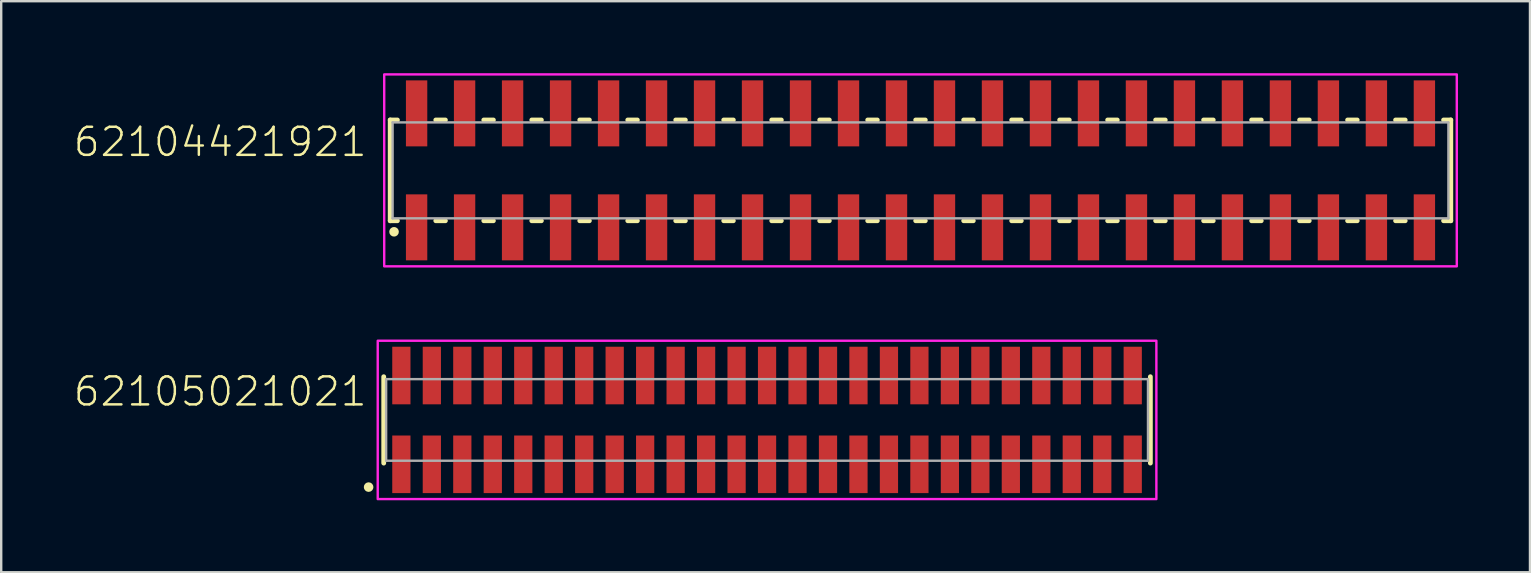
<source format=kicad_pcb>
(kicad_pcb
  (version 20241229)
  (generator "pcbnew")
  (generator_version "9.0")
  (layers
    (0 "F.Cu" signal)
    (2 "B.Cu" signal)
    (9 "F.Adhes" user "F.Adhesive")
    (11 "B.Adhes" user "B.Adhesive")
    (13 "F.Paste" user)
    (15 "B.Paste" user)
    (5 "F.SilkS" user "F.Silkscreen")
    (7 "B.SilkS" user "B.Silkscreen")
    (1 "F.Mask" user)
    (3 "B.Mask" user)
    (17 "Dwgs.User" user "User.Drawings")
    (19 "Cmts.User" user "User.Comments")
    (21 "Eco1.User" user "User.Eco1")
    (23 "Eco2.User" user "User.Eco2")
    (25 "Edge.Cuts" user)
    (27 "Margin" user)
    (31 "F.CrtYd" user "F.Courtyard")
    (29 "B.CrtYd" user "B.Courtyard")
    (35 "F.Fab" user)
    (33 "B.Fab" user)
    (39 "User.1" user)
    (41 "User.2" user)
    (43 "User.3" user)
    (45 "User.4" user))
  (footprint "62104421921"
    (layer "F.Cu")
    (at 35.312 4.05)
    (property "Reference" "62104421921" (at -23 -0.5 0) (unlocked yes) (layer "F.SilkS") (effects (font (size 1.168 1.168) (thickness 0.102)) (justify right bottom)))
    (fp_line (start -22.1 -2.1) (end -22.1 2.1) (stroke (width 0.2) (type solid)) (layer "F.SilkS"))
    (fp_line (start -22.1 2.1) (end -21.8 2.1) (stroke (width 0.2) (type solid)) (layer "F.SilkS"))
    (fp_line (start -21.8 -2.1) (end -22.1 -2.1) (stroke (width 0.2) (type solid)) (layer "F.SilkS"))
    (fp_line (start -20.2 -2.1) (end -19.8 -2.1) (stroke (width 0.2) (type solid)) (layer "F.SilkS"))
    (fp_line (start -19.8 2.1) (end -20.2 2.1) (stroke (width 0.2) (type solid)) (layer "F.SilkS"))
    (fp_line (start -18.2 -2.1) (end -17.8 -2.1) (stroke (width 0.2) (type solid)) (layer "F.SilkS"))
    (fp_line (start -17.8 2.1) (end -18.2 2.1) (stroke (width 0.2) (type solid)) (layer "F.SilkS"))
    (fp_line (start -16.2 -2.1) (end -15.8 -2.1) (stroke (width 0.2) (type solid)) (layer "F.SilkS"))
    (fp_line (start -15.8 2.1) (end -16.2 2.1) (stroke (width 0.2) (type solid)) (layer "F.SilkS"))
    (fp_line (start -14.2 -2.1) (end -13.8 -2.1) (stroke (width 0.2) (type solid)) (layer "F.SilkS"))
    (fp_line (start -13.8 2.1) (end -14.2 2.1) (stroke (width 0.2) (type solid)) (layer "F.SilkS"))
    (fp_line (start -12.2 -2.1) (end -11.8 -2.1) (stroke (width 0.2) (type solid)) (layer "F.SilkS"))
    (fp_line (start -11.8 2.1) (end -12.2 2.1) (stroke (width 0.2) (type solid)) (layer "F.SilkS"))
    (fp_line (start -10.2 -2.1) (end -9.8 -2.1) (stroke (width 0.2) (type solid)) (layer "F.SilkS"))
    (fp_line (start -9.8 2.1) (end -10.2 2.1) (stroke (width 0.2) (type solid)) (layer "F.SilkS"))
    (fp_line (start -8.2 -2.1) (end -7.8 -2.1) (stroke (width 0.2) (type solid)) (layer "F.SilkS"))
    (fp_line (start -7.8 2.1) (end -8.2 2.1) (stroke (width 0.2) (type solid)) (layer "F.SilkS"))
    (fp_line (start -6.2 -2.1) (end -5.8 -2.1) (stroke (width 0.2) (type solid)) (layer "F.SilkS"))
    (fp_line (start -5.8 2.1) (end -6.2 2.1) (stroke (width 0.2) (type solid)) (layer "F.SilkS"))
    (fp_line (start -4.2 -2.1) (end -3.8 -2.1) (stroke (width 0.2) (type solid)) (layer "F.SilkS"))
    (fp_line (start -3.8 2.1) (end -4.2 2.1) (stroke (width 0.2) (type solid)) (layer "F.SilkS"))
    (fp_line (start -2.2 -2.1) (end -1.8 -2.1) (stroke (width 0.2) (type solid)) (layer "F.SilkS"))
    (fp_line (start -1.8 2.1) (end -2.2 2.1) (stroke (width 0.2) (type solid)) (layer "F.SilkS"))
    (fp_line (start -0.2 -2.1) (end 0.2 -2.1) (stroke (width 0.2) (type solid)) (layer "F.SilkS"))
    (fp_line (start 0.2 2.1) (end -0.2 2.1) (stroke (width 0.2) (type solid)) (layer "F.SilkS"))
    (fp_line (start 1.8 -2.1) (end 2.2 -2.1) (stroke (width 0.2) (type solid)) (layer "F.SilkS"))
    (fp_line (start 2.2 2.1) (end 1.8 2.1) (stroke (width 0.2) (type solid)) (layer "F.SilkS"))
    (fp_line (start 3.8 -2.1) (end 4.2 -2.1) (stroke (width 0.2) (type solid)) (layer "F.SilkS"))
    (fp_line (start 4.2 2.1) (end 3.8 2.1) (stroke (width 0.2) (type solid)) (layer "F.SilkS"))
    (fp_line (start 5.8 -2.1) (end 6.2 -2.1) (stroke (width 0.2) (type solid)) (layer "F.SilkS"))
    (fp_line (start 6.2 2.1) (end 5.8 2.1) (stroke (width 0.2) (type solid)) (layer "F.SilkS"))
    (fp_line (start 7.8 -2.1) (end 8.2 -2.1) (stroke (width 0.2) (type solid)) (layer "F.SilkS"))
    (fp_line (start 8.2 2.1) (end 7.8 2.1) (stroke (width 0.2) (type solid)) (layer "F.SilkS"))
    (fp_line (start 9.8 -2.1) (end 10.2 -2.1) (stroke (width 0.2) (type solid)) (layer "F.SilkS"))
    (fp_line (start 10.2 2.1) (end 9.8 2.1) (stroke (width 0.2) (type solid)) (layer "F.SilkS"))
    (fp_line (start 11.8 -2.1) (end 12.2 -2.1) (stroke (width 0.2) (type solid)) (layer "F.SilkS"))
    (fp_line (start 12.2 2.1) (end 11.8 2.1) (stroke (width 0.2) (type solid)) (layer "F.SilkS"))
    (fp_line (start 13.8 -2.1) (end 14.2 -2.1) (stroke (width 0.2) (type solid)) (layer "F.SilkS"))
    (fp_line (start 14.2 2.1) (end 13.8 2.1) (stroke (width 0.2) (type solid)) (layer "F.SilkS"))
    (fp_line (start 15.8 -2.1) (end 16.2 -2.1) (stroke (width 0.2) (type solid)) (layer "F.SilkS"))
    (fp_line (start 16.2 2.1) (end 15.8 2.1) (stroke (width 0.2) (type solid)) (layer "F.SilkS"))
    (fp_line (start 17.8 -2.1) (end 18.2 -2.1) (stroke (width 0.2) (type solid)) (layer "F.SilkS"))
    (fp_line (start 18.2 2.1) (end 17.8 2.1) (stroke (width 0.2) (type solid)) (layer "F.SilkS"))
    (fp_line (start 19.8 -2.1) (end 20.2 -2.1) (stroke (width 0.2) (type solid)) (layer "F.SilkS"))
    (fp_line (start 20.2 2.1) (end 19.8 2.1) (stroke (width 0.2) (type solid)) (layer "F.SilkS"))
    (fp_line (start 21.8 -2.1) (end 22.1 -2.1) (stroke (width 0.2) (type solid)) (layer "F.SilkS"))
    (fp_line (start 22.1 -2.1) (end 22.1 2.1) (stroke (width 0.2) (type solid)) (layer "F.SilkS"))
    (fp_line (start 22.1 2.1) (end 21.8 2.1) (stroke (width 0.2) (type solid)) (layer "F.SilkS"))
    (fp_circle (center -21.94 2.56) (end -21.84 2.56) (stroke (width 0.2) (type solid)) (fill no) (layer "F.SilkS"))
    (fp_poly (pts (xy 22.35 4) (xy -22.35 4) (xy -22.35 -4) (xy 22.35 -4)) (stroke (width 0.1) (type default)) (fill no) (layer "F.CrtYd"))
    (fp_line (start -22 -2) (end 22 -2) (stroke (width 0.1) (type solid)) (layer "F.Fab"))
    (fp_line (start -22 2) (end -22 -2) (stroke (width 0.1) (type solid)) (layer "F.Fab"))
    (fp_line (start 22 -2) (end 22 2) (stroke (width 0.1) (type solid)) (layer "F.Fab"))
    (fp_line (start 22 2) (end -22 2) (stroke (width 0.1) (type solid)) (layer "F.Fab"))
    (pad "1" smd rect (at -21 2.375) (size 0.89 2.75) (layers "F.Cu" "F.Mask" "F.Paste"))
    (pad "2" smd rect (at -21 -2.375) (size 0.89 2.75) (layers "F.Cu" "F.Mask" "F.Paste"))
    (pad "3" smd rect (at -19 2.375) (size 0.89 2.75) (layers "F.Cu" "F.Mask" "F.Paste"))
    (pad "4" smd rect (at -19 -2.375) (size 0.89 2.75) (layers "F.Cu" "F.Mask" "F.Paste"))
    (pad "5" smd rect (at -17 2.375) (size 0.89 2.75) (layers "F.Cu" "F.Mask" "F.Paste"))
    (pad "6" smd rect (at -17 -2.375) (size 0.89 2.75) (layers "F.Cu" "F.Mask" "F.Paste"))
    (pad "7" smd rect (at -15 2.375) (size 0.89 2.75) (layers "F.Cu" "F.Mask" "F.Paste"))
    (pad "8" smd rect (at -15 -2.375) (size 0.89 2.75) (layers "F.Cu" "F.Mask" "F.Paste"))
    (pad "9" smd rect (at -13 2.375) (size 0.89 2.75) (layers "F.Cu" "F.Mask" "F.Paste"))
    (pad "10" smd rect (at -13 -2.375) (size 0.89 2.75) (layers "F.Cu" "F.Mask" "F.Paste"))
    (pad "11" smd rect (at -11 2.375) (size 0.89 2.75) (layers "F.Cu" "F.Mask" "F.Paste"))
    (pad "12" smd rect (at -11 -2.375) (size 0.89 2.75) (layers "F.Cu" "F.Mask" "F.Paste"))
    (pad "13" smd rect (at -9 2.375) (size 0.89 2.75) (layers "F.Cu" "F.Mask" "F.Paste"))
    (pad "14" smd rect (at -9 -2.375) (size 0.89 2.75) (layers "F.Cu" "F.Mask" "F.Paste"))
    (pad "15" smd rect (at -7 2.375) (size 0.89 2.75) (layers "F.Cu" "F.Mask" "F.Paste"))
    (pad "16" smd rect (at -7 -2.375) (size 0.89 2.75) (layers "F.Cu" "F.Mask" "F.Paste"))
    (pad "17" smd rect (at -5 2.375) (size 0.89 2.75) (layers "F.Cu" "F.Mask" "F.Paste"))
    (pad "18" smd rect (at -5 -2.375) (size 0.89 2.75) (layers "F.Cu" "F.Mask" "F.Paste"))
    (pad "19" smd rect (at -3 2.375) (size 0.89 2.75) (layers "F.Cu" "F.Mask" "F.Paste"))
    (pad "20" smd rect (at -3 -2.375) (size 0.89 2.75) (layers "F.Cu" "F.Mask" "F.Paste"))
    (pad "21" smd rect (at -1 2.375) (size 0.89 2.75) (layers "F.Cu" "F.Mask" "F.Paste"))
    (pad "22" smd rect (at -1 -2.375) (size 0.89 2.75) (layers "F.Cu" "F.Mask" "F.Paste"))
    (pad "23" smd rect (at 1 2.375) (size 0.89 2.75) (layers "F.Cu" "F.Mask" "F.Paste"))
    (pad "24" smd rect (at 1 -2.375) (size 0.89 2.75) (layers "F.Cu" "F.Mask" "F.Paste"))
    (pad "25" smd rect (at 3 2.375) (size 0.89 2.75) (layers "F.Cu" "F.Mask" "F.Paste"))
    (pad "26" smd rect (at 3 -2.375) (size 0.89 2.75) (layers "F.Cu" "F.Mask" "F.Paste"))
    (pad "27" smd rect (at 5 2.375) (size 0.89 2.75) (layers "F.Cu" "F.Mask" "F.Paste"))
    (pad "28" smd rect (at 5 -2.375) (size 0.89 2.75) (layers "F.Cu" "F.Mask" "F.Paste"))
    (pad "29" smd rect (at 7 2.375) (size 0.89 2.75) (layers "F.Cu" "F.Mask" "F.Paste"))
    (pad "30" smd rect (at 7 -2.375) (size 0.89 2.75) (layers "F.Cu" "F.Mask" "F.Paste"))
    (pad "31" smd rect (at 9 2.375) (size 0.89 2.75) (layers "F.Cu" "F.Mask" "F.Paste"))
    (pad "32" smd rect (at 9 -2.375) (size 0.89 2.75) (layers "F.Cu" "F.Mask" "F.Paste"))
    (pad "33" smd rect (at 11 2.375) (size 0.89 2.75) (layers "F.Cu" "F.Mask" "F.Paste"))
    (pad "34" smd rect (at 11 -2.375) (size 0.89 2.75) (layers "F.Cu" "F.Mask" "F.Paste"))
    (pad "35" smd rect (at 13 2.375) (size 0.89 2.75) (layers "F.Cu" "F.Mask" "F.Paste"))
    (pad "36" smd rect (at 13 -2.375) (size 0.89 2.75) (layers "F.Cu" "F.Mask" "F.Paste"))
    (pad "37" smd rect (at 15 2.375) (size 0.89 2.75) (layers "F.Cu" "F.Mask" "F.Paste"))
    (pad "38" smd rect (at 15 -2.375) (size 0.89 2.75) (layers "F.Cu" "F.Mask" "F.Paste"))
    (pad "39" smd rect (at 17 2.375) (size 0.89 2.75) (layers "F.Cu" "F.Mask" "F.Paste"))
    (pad "40" smd rect (at 17 -2.375) (size 0.89 2.75) (layers "F.Cu" "F.Mask" "F.Paste"))
    (pad "41" smd rect (at 19 2.375) (size 0.89 2.75) (layers "F.Cu" "F.Mask" "F.Paste"))
    (pad "42" smd rect (at 19 -2.375) (size 0.89 2.75) (layers "F.Cu" "F.Mask" "F.Paste"))
    (pad "43" smd rect (at 21 2.375) (size 0.89 2.75) (layers "F.Cu" "F.Mask" "F.Paste"))
    (pad "44" smd rect (at 21 -2.375) (size 0.89 2.75) (layers "F.Cu" "F.Mask" "F.Paste")))
  (footprint "62105021021"
    (layer "F.Cu")
    (at 28.917 14.45)
    (property "Reference" "62105021021" (at -16.605 -0.5 0) (unlocked yes) (layer "F.SilkS") (effects (font (size 1.168 1.168) (thickness 0.102)) (justify right bottom)))
    (fp_line (start -15.975 -1.8) (end -15.975 1.8) (stroke (width 0.2) (type solid)) (layer "F.SilkS"))
    (fp_line (start 15.975 1.8) (end 15.975 -1.8) (stroke (width 0.2) (type solid)) (layer "F.SilkS"))
    (fp_circle (center -16.605 2.8) (end -16.505 2.8) (stroke (width 0.2) (type solid)) (fill no) (layer "F.SilkS"))
    (fp_poly (pts (xy 16.225 3.3) (xy -16.225 3.3) (xy -16.225 -3.3) (xy 16.225 -3.3)) (stroke (width 0.1) (type default)) (fill no) (layer "F.CrtYd"))
    (fp_line (start -15.875 -1.7) (end -15.875 1.7) (stroke (width 0.1) (type solid)) (layer "F.Fab"))
    (fp_line (start -15.875 1.7) (end 15.875 1.7) (stroke (width 0.1) (type solid)) (layer "F.Fab"))
    (fp_line (start 15.875 -1.7) (end -15.875 -1.7) (stroke (width 0.1) (type solid)) (layer "F.Fab"))
    (fp_line (start 15.875 1.7) (end 15.875 -1.7) (stroke (width 0.1) (type solid)) (layer "F.Fab"))
    (pad "1" smd rect (at -15.24 1.85) (size 0.76 2.4) (layers "F.Cu" "F.Mask" "F.Paste"))
    (pad "2" smd rect (at -15.24 -1.85) (size 0.76 2.4) (layers "F.Cu" "F.Mask" "F.Paste"))
    (pad "3" smd rect (at -13.97 1.85) (size 0.76 2.4) (layers "F.Cu" "F.Mask" "F.Paste"))
    (pad "4" smd rect (at -13.97 -1.85) (size 0.76 2.4) (layers "F.Cu" "F.Mask" "F.Paste"))
    (pad "5" smd rect (at -12.7 1.85) (size 0.76 2.4) (layers "F.Cu" "F.Mask" "F.Paste"))
    (pad "6" smd rect (at -12.7 -1.85) (size 0.76 2.4) (layers "F.Cu" "F.Mask" "F.Paste"))
    (pad "7" smd rect (at -11.43 1.85) (size 0.76 2.4) (layers "F.Cu" "F.Mask" "F.Paste"))
    (pad "8" smd rect (at -11.43 -1.85) (size 0.76 2.4) (layers "F.Cu" "F.Mask" "F.Paste"))
    (pad "9" smd rect (at -10.16 1.85) (size 0.76 2.4) (layers "F.Cu" "F.Mask" "F.Paste"))
    (pad "10" smd rect (at -10.16 -1.85) (size 0.76 2.4) (layers "F.Cu" "F.Mask" "F.Paste"))
    (pad "11" smd rect (at -8.89 1.85) (size 0.76 2.4) (layers "F.Cu" "F.Mask" "F.Paste"))
    (pad "12" smd rect (at -8.89 -1.85) (size 0.76 2.4) (layers "F.Cu" "F.Mask" "F.Paste"))
    (pad "13" smd rect (at -7.62 1.85) (size 0.76 2.4) (layers "F.Cu" "F.Mask" "F.Paste"))
    (pad "14" smd rect (at -7.62 -1.85) (size 0.76 2.4) (layers "F.Cu" "F.Mask" "F.Paste"))
    (pad "15" smd rect (at -6.35 1.85) (size 0.76 2.4) (layers "F.Cu" "F.Mask" "F.Paste"))
    (pad "16" smd rect (at -6.35 -1.85) (size 0.76 2.4) (layers "F.Cu" "F.Mask" "F.Paste"))
    (pad "17" smd rect (at -5.08 1.85) (size 0.76 2.4) (layers "F.Cu" "F.Mask" "F.Paste"))
    (pad "18" smd rect (at -5.08 -1.85) (size 0.76 2.4) (layers "F.Cu" "F.Mask" "F.Paste"))
    (pad "19" smd rect (at -3.81 1.85) (size 0.76 2.4) (layers "F.Cu" "F.Mask" "F.Paste"))
    (pad "20" smd rect (at -3.81 -1.85) (size 0.76 2.4) (layers "F.Cu" "F.Mask" "F.Paste"))
    (pad "21" smd rect (at -2.54 1.85) (size 0.76 2.4) (layers "F.Cu" "F.Mask" "F.Paste"))
    (pad "22" smd rect (at -2.54 -1.85) (size 0.76 2.4) (layers "F.Cu" "F.Mask" "F.Paste"))
    (pad "23" smd rect (at -1.27 1.85) (size 0.76 2.4) (layers "F.Cu" "F.Mask" "F.Paste"))
    (pad "24" smd rect (at -1.27 -1.85) (size 0.76 2.4) (layers "F.Cu" "F.Mask" "F.Paste"))
    (pad "25" smd rect (at 0 1.85) (size 0.76 2.4) (layers "F.Cu" "F.Mask" "F.Paste"))
    (pad "26" smd rect (at 0 -1.85) (size 0.76 2.4) (layers "F.Cu" "F.Mask" "F.Paste"))
    (pad "27" smd rect (at 1.27 1.85) (size 0.76 2.4) (layers "F.Cu" "F.Mask" "F.Paste"))
    (pad "28" smd rect (at 1.27 -1.85) (size 0.76 2.4) (layers "F.Cu" "F.Mask" "F.Paste"))
    (pad "29" smd rect (at 2.54 1.85) (size 0.76 2.4) (layers "F.Cu" "F.Mask" "F.Paste"))
    (pad "30" smd rect (at 2.54 -1.85) (size 0.76 2.4) (layers "F.Cu" "F.Mask" "F.Paste"))
    (pad "31" smd rect (at 3.81 1.85) (size 0.76 2.4) (layers "F.Cu" "F.Mask" "F.Paste"))
    (pad "32" smd rect (at 3.81 -1.85) (size 0.76 2.4) (layers "F.Cu" "F.Mask" "F.Paste"))
    (pad "33" smd rect (at 5.08 1.85) (size 0.76 2.4) (layers "F.Cu" "F.Mask" "F.Paste"))
    (pad "34" smd rect (at 5.08 -1.85) (size 0.76 2.4) (layers "F.Cu" "F.Mask" "F.Paste"))
    (pad "35" smd rect (at 6.35 1.85) (size 0.76 2.4) (layers "F.Cu" "F.Mask" "F.Paste"))
    (pad "36" smd rect (at 6.35 -1.85) (size 0.76 2.4) (layers "F.Cu" "F.Mask" "F.Paste"))
    (pad "37" smd rect (at 7.62 1.85) (size 0.76 2.4) (layers "F.Cu" "F.Mask" "F.Paste"))
    (pad "38" smd rect (at 7.62 -1.85) (size 0.76 2.4) (layers "F.Cu" "F.Mask" "F.Paste"))
    (pad "39" smd rect (at 8.89 1.85) (size 0.76 2.4) (layers "F.Cu" "F.Mask" "F.Paste"))
    (pad "40" smd rect (at 8.89 -1.85) (size 0.76 2.4) (layers "F.Cu" "F.Mask" "F.Paste"))
    (pad "41" smd rect (at 10.16 1.85) (size 0.76 2.4) (layers "F.Cu" "F.Mask" "F.Paste"))
    (pad "42" smd rect (at 10.16 -1.85) (size 0.76 2.4) (layers "F.Cu" "F.Mask" "F.Paste"))
    (pad "43" smd rect (at 11.43 1.85) (size 0.76 2.4) (layers "F.Cu" "F.Mask" "F.Paste"))
    (pad "44" smd rect (at 11.43 -1.85) (size 0.76 2.4) (layers "F.Cu" "F.Mask" "F.Paste"))
    (pad "45" smd rect (at 12.7 1.85) (size 0.76 2.4) (layers "F.Cu" "F.Mask" "F.Paste"))
    (pad "46" smd rect (at 12.7 -1.85) (size 0.76 2.4) (layers "F.Cu" "F.Mask" "F.Paste"))
    (pad "47" smd rect (at 13.97 1.85) (size 0.76 2.4) (layers "F.Cu" "F.Mask" "F.Paste"))
    (pad "48" smd rect (at 13.97 -1.85) (size 0.76 2.4) (layers "F.Cu" "F.Mask" "F.Paste"))
    (pad "49" smd rect (at 15.24 1.85) (size 0.76 2.4) (layers "F.Cu" "F.Mask" "F.Paste"))
    (pad "50" smd rect (at 15.24 -1.85) (size 0.76 2.4) (layers "F.Cu" "F.Mask" "F.Paste")))
  (gr_rect
    (start -3 -3)
    (end 60.712 20.8)
    (stroke (width 0.1) (type default))
    (fill no)
    (layer "Edge.Cuts")))
</source>
